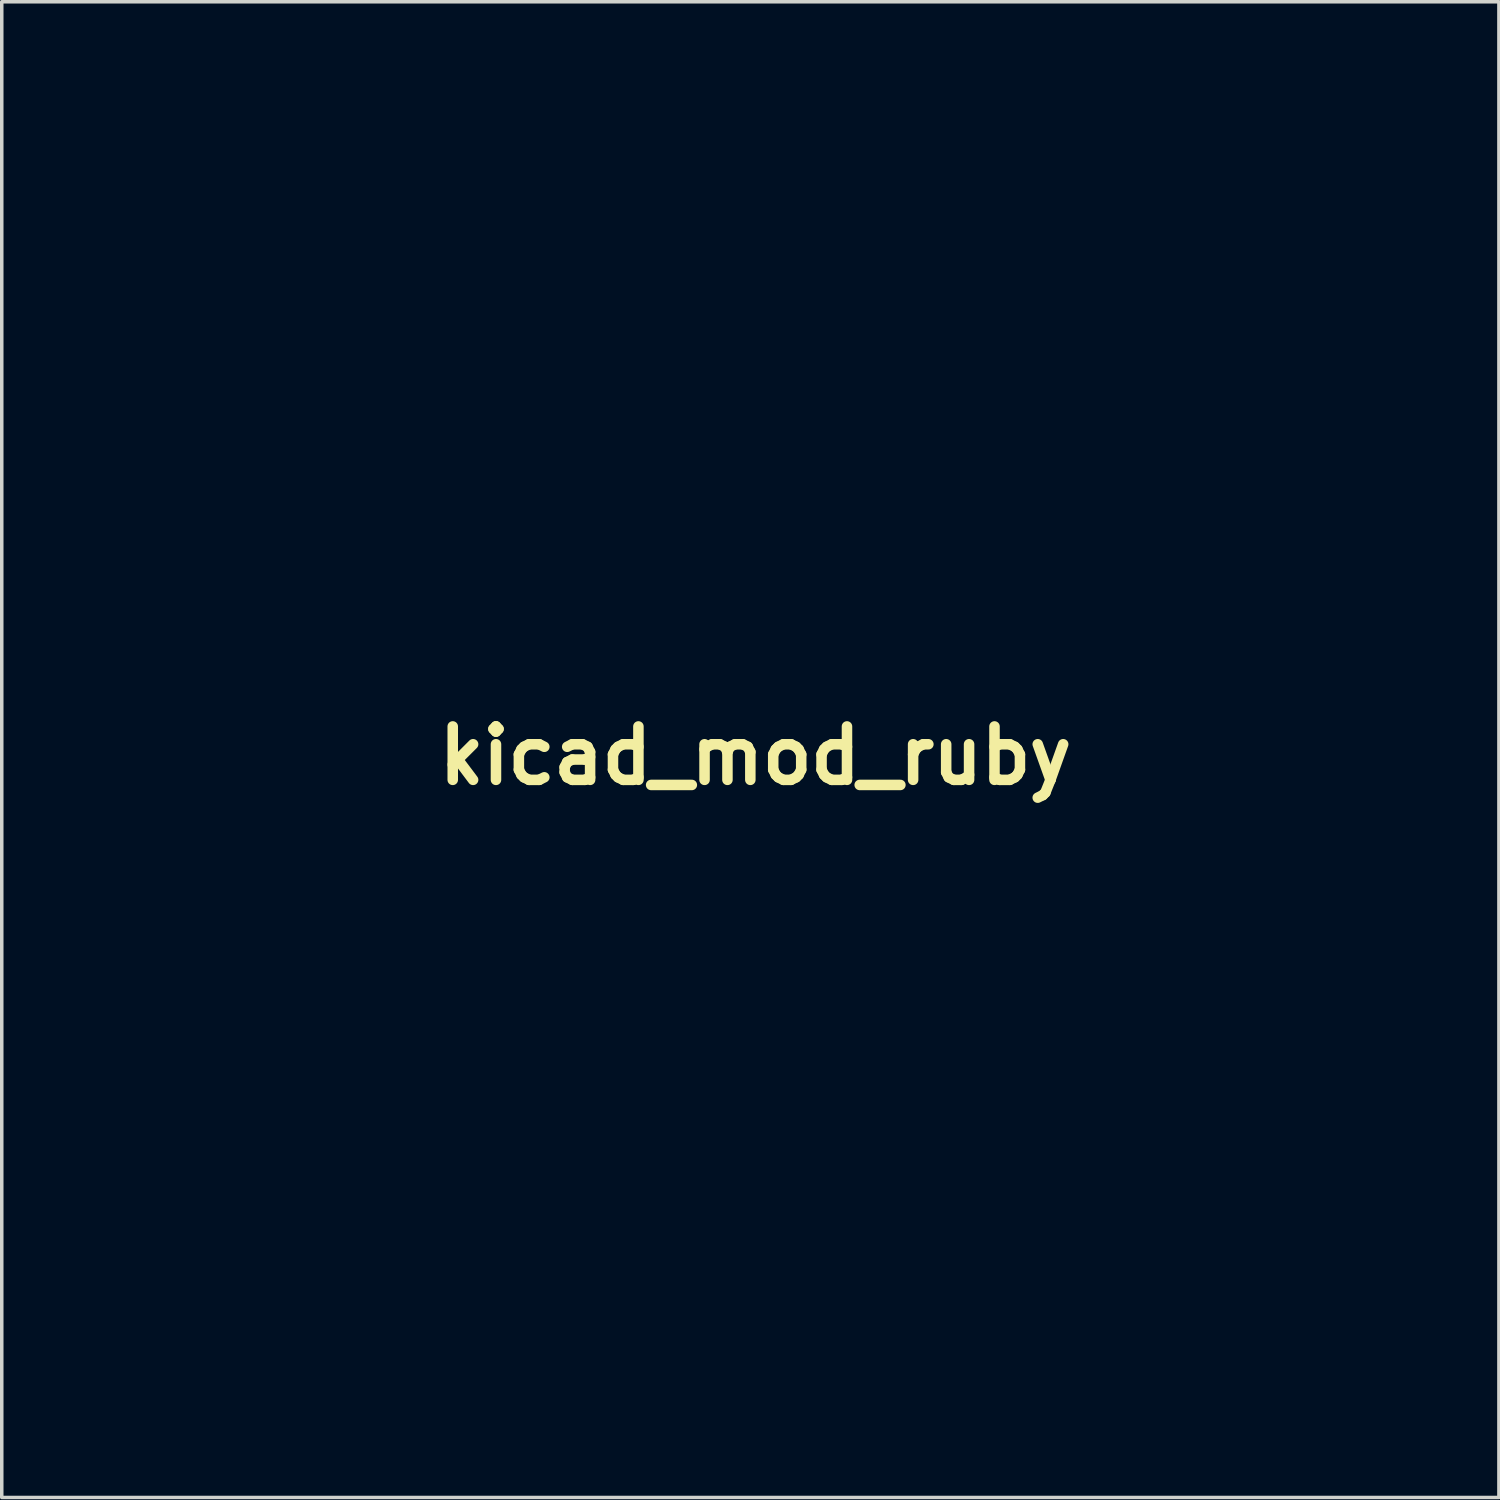
<source format=kicad_pcb>
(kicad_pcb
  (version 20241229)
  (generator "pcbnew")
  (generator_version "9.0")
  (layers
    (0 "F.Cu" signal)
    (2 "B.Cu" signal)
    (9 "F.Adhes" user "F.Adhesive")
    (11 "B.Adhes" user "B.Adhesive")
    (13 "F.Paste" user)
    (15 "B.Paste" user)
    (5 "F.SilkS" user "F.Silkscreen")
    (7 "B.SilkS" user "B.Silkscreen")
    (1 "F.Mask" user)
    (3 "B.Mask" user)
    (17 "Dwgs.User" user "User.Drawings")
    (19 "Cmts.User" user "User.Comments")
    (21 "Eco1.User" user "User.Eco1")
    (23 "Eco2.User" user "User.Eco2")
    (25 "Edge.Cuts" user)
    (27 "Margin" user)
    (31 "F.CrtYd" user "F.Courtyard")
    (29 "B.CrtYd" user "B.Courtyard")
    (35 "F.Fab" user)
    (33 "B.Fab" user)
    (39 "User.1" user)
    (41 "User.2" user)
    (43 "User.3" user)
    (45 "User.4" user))
  (footprint "kicad_mod_ruby"
    (layer "F.Cu")
    (at 18.504 18.512)
    (property "Reference" "kicad_mod_ruby" (at 0 0 0) (layer "F.SilkS") (effects (font (size 1.524 1.524) (thickness 0.3))))
    (attr through_hole)
    (fp_poly (pts (xy 7.945 -18.258) (xy 10.074 -18.152) (xy 11.749 -18.03) (xy 13.047 -17.871) (xy 14.051 -17.651) (xy 14.838 -17.348) (xy 15.489 -16.939) (xy 16.083 -16.402) (xy 16.639 -15.786) (xy 17.461 -14.589) (xy 17.963 -13.236) (xy 18.187 -11.588) (xy 18.209 -10.755) (xy 18.19 -10.129) (xy 18.135 -9.075) (xy 18.049 -7.653) (xy 17.935 -5.926) (xy 17.8 -3.956) (xy 17.647 -1.804) (xy 17.482 0.469) (xy 17.308 2.8) (xy 17.131 5.129) (xy 16.955 7.393) (xy 16.785 9.53) (xy 16.626 11.479) (xy 16.482 13.179) (xy 16.358 14.568) (xy 16.259 15.583) (xy 16.189 16.164) (xy 16.162 16.278) (xy 15.877 16.323) (xy 15.12 16.398) (xy 13.952 16.498) (xy 12.436 16.619) (xy 10.633 16.757) (xy 8.604 16.908) (xy 6.412 17.067) (xy 4.117 17.229) (xy 1.783 17.391) (xy -0.531 17.549) (xy -2.761 17.697) (xy -4.847 17.832) (xy -6.726 17.95) (xy -8.338 18.045) (xy -9.619 18.115) (xy -10.51 18.154) (xy -10.828 18.161) (xy -12.039 18.067) (xy -13.321 17.827) (xy -13.903 17.659) (xy -15.378 16.927) (xy -16.355 16.053) (xy -16.916 15.381) (xy -17.358 14.719) (xy -17.695 13.993) (xy -17.944 13.125) (xy -18.121 12.04) (xy -18.199 11.143) (xy -16.843 11.143) (xy -16.628 12.635) (xy -16.05 14.045) (xy -15.575 14.735) (xy -14.776 15.456) (xy -13.755 16.074) (xy -12.725 16.478) (xy -12.128 16.571) (xy -11.93 16.542) (xy -11.836 16.406) (xy -11.867 16.093) (xy -11.893 16.013) (xy -9.091 16.013) (xy -8.854 16.26) (xy -8.157 16.268) (xy -7.792 16.195) (xy -2.406 16.195) (xy -2.17 16.231) (xy -1.575 16.198) (xy -1.27 16.167) (xy -0.671 16.11) (xy 0.365 16.027) (xy 1.744 15.923) (xy 3.371 15.807) (xy 5.148 15.685) (xy 5.867 15.637) (xy 7.659 15.521) (xy 9.322 15.418) (xy 10.762 15.334) (xy 11.89 15.274) (xy 12.613 15.243) (xy 12.774 15.24) (xy 13.353 15.185) (xy 13.595 15.052) (xy 13.591 15.025) (xy 13.367 14.776) (xy 12.819 14.25) (xy 12.027 13.522) (xy 11.07 12.667) (xy 10.962 12.572) (xy 9.934 11.665) (xy 9.001 10.842) (xy 8.263 10.191) (xy 7.823 9.801) (xy 7.817 9.796) (xy 7.213 9.259) (xy 6.347 10.078) (xy 5.11 11.155) (xy 3.58 12.344) (xy 1.941 13.515) (xy 0.375 14.535) (xy -0.466 15.025) (xy -1.355 15.525) (xy -2.03 15.927) (xy -2.381 16.164) (xy -2.406 16.195) (xy -7.792 16.195) (xy -7.015 16.039) (xy -5.977 15.744) (xy -3.689 14.878) (xy -1.255 13.678) (xy 1.157 12.24) (xy 3.377 10.662) (xy 4.542 9.692) (xy 5.742 8.623) (xy 4.658 8.275) (xy 8.597 8.275) (xy 8.836 8.601) (xy 9.376 9.161) (xy 10.137 9.887) (xy 11.039 10.71) (xy 12.004 11.558) (xy 12.95 12.365) (xy 13.8 13.059) (xy 14.472 13.572) (xy 14.888 13.835) (xy 14.983 13.836) (xy 15.023 13.444) (xy 15.093 12.619) (xy 15.187 11.44) (xy 15.299 9.987) (xy 15.424 8.339) (xy 15.555 6.575) (xy 15.688 4.775) (xy 15.815 3.018) (xy 15.932 1.383) (xy 16.032 -0.05) (xy 16.109 -1.201) (xy 16.158 -1.992) (xy 16.173 -2.343) (xy 16.172 -2.353) (xy 16.02 -2.179) (xy 15.68 -1.643) (xy 15.221 -0.855) (xy 15.136 -0.705) (xy 14.259 0.733) (xy 13.137 2.381) (xy 11.897 4.067) (xy 10.666 5.616) (xy 9.697 6.722) (xy 9.099 7.415) (xy 8.703 7.978) (xy 8.597 8.275) (xy 4.658 8.275) (xy 0.228 6.851) (xy -1.406 6.33) (xy -2.874 5.87) (xy -4.097 5.494) (xy -4.998 5.227) (xy -5.499 5.092) (xy -5.567 5.08) (xy -5.763 5.319) (xy -6.051 5.959) (xy -6.384 6.885) (xy -6.552 7.419) (xy -6.94 8.706) (xy -7.414 10.265) (xy -7.902 11.858) (xy -8.172 12.737) (xy -8.535 13.938) (xy -8.83 14.961) (xy -9.026 15.693) (xy -9.091 16.013) (xy -11.893 16.013) (xy -12.042 15.535) (xy -12.38 14.663) (xy -12.9 13.409) (xy -13.285 12.499) (xy -13.875 11.123) (xy -14.405 9.918) (xy -14.835 8.972) (xy -15.126 8.372) (xy -15.225 8.204) (xy -15.469 8.262) (xy -15.823 8.685) (xy -16.211 9.335) (xy -16.559 10.075) (xy -16.79 10.768) (xy -16.843 11.143) (xy -18.199 11.143) (xy -18.241 10.66) (xy -18.321 8.909) (xy -18.377 6.71) (xy -18.384 6.356) (xy -18.393 5.882) (xy -16.823 5.882) (xy -16.816 6.709) (xy -16.772 7.066) (xy -16.656 7.018) (xy -16.432 6.632) (xy -16.424 6.617) (xy -16.398 6.556) (xy -14.124 6.556) (xy -14.052 6.815) (xy -13.8 7.482) (xy -13.399 8.477) (xy -12.883 9.718) (xy -12.415 10.82) (xy -11.817 12.176) (xy -11.279 13.324) (xy -10.839 14.188) (xy -10.536 14.693) (xy -10.415 14.788) (xy -10.277 14.473) (xy -10.017 13.73) (xy -9.663 12.646) (xy -9.244 11.307) (xy -8.829 9.934) (xy -8.394 8.448) (xy -8.029 7.146) (xy -7.755 6.111) (xy -7.594 5.427) (xy -7.566 5.179) (xy -7.845 5.195) (xy -8.522 5.307) (xy -9.475 5.488) (xy -10.579 5.711) (xy -11.712 5.953) (xy -12.75 6.185) (xy -13.572 6.384) (xy -14.053 6.522) (xy -14.124 6.556) (xy -16.398 6.556) (xy -16.173 6.024) (xy -16.236 5.53) (xy -16.424 5.147) (xy -16.651 4.752) (xy -16.77 4.695) (xy -16.816 5.04) (xy -16.823 5.853) (xy -16.823 5.882) (xy -18.393 5.882) (xy -18.499 0.296) (xy -16.821 0.296) (xy -15.845 2.688) (xy -15.399 3.711) (xy -14.997 4.514) (xy -14.695 4.99) (xy -14.586 5.073) (xy -14.237 5.014) (xy -13.467 4.856) (xy -12.376 4.622) (xy -11.067 4.332) (xy -10.5 4.204) (xy -8.135 3.668) (xy -4.941 3.668) (xy 0.403 5.416) (xy 2.253 6.02) (xy 3.655 6.476) (xy 4.673 6.801) (xy 5.368 7.013) (xy 5.801 7.131) (xy 6.035 7.171) (xy 6.13 7.153) (xy 6.149 7.093) (xy 6.149 7.081) (xy 6.087 6.792) (xy 5.914 6.062) (xy 5.648 4.97) (xy 5.309 3.594) (xy 4.916 2.012) (xy 4.78 1.468) (xy 3.41 -4.007) (xy 1.638 -2.414) (xy 0.688 -1.553) (xy -0.482 -0.48) (xy -1.706 0.649) (xy -2.538 1.423) (xy -4.941 3.668) (xy -8.135 3.668) (xy -6.695 3.342) (xy -1.757 -1.272) (xy 1.867 -4.658) (xy 4.839 -4.658) (xy 4.876 -4.39) (xy 5.025 -3.697) (xy 5.263 -2.67) (xy 5.568 -1.401) (xy 5.916 0.021) (xy 6.285 1.503) (xy 6.653 2.955) (xy 6.995 4.287) (xy 7.291 5.406) (xy 7.517 6.223) (xy 7.65 6.646) (xy 7.672 6.684) (xy 7.855 6.493) (xy 8.308 5.975) (xy 8.958 5.214) (xy 9.579 4.478) (xy 10.615 3.18) (xy 11.652 1.769) (xy 12.645 0.317) (xy 13.554 -1.106) (xy 14.333 -2.429) (xy 14.942 -3.58) (xy 15.337 -4.488) (xy 15.476 -5.082) (xy 15.424 -5.253) (xy 15.123 -5.284) (xy 14.39 -5.281) (xy 13.324 -5.25) (xy 12.026 -5.195) (xy 10.595 -5.123) (xy 9.133 -5.039) (xy 7.739 -4.948) (xy 6.515 -4.857) (xy 5.559 -4.772) (xy 4.973 -4.697) (xy 4.839 -4.658) (xy 1.867 -4.658) (xy 3.182 -5.886) (xy 3.358 -6.443) (xy 4.867 -6.443) (xy 4.879 -6.229) (xy 5.204 -6.161) (xy 5.943 -6.221) (xy 6.039 -6.232) (xy 6.815 -6.309) (xy 7.973 -6.399) (xy 9.358 -6.491) (xy 10.818 -6.574) (xy 10.895 -6.578) (xy 12.201 -6.659) (xy 13.29 -6.752) (xy 14.064 -6.849) (xy 14.424 -6.937) (xy 14.438 -6.955) (xy 14.244 -7.168) (xy 13.715 -7.649) (xy 12.933 -8.329) (xy 11.981 -9.141) (xy 10.938 -10.016) (xy 9.888 -10.886) (xy 8.911 -11.683) (xy 8.088 -12.34) (xy 7.503 -12.786) (xy 7.298 -12.926) (xy 7.09 -12.825) (xy 6.805 -12.295) (xy 6.429 -11.305) (xy 5.993 -9.968) (xy 5.602 -8.723) (xy 5.261 -7.646) (xy 5.004 -6.85) (xy 4.869 -6.448) (xy 4.867 -6.443) (xy 3.358 -6.443) (xy 4.398 -9.731) (xy 4.825 -11.103) (xy 5.186 -12.312) (xy 5.453 -13.259) (xy 5.597 -13.843) (xy 5.615 -13.963) (xy 5.407 -14.285) (xy 5.304 -14.381) (xy 8.092 -14.381) (xy 8.322 -14.124) (xy 8.889 -13.611) (xy 9.714 -12.903) (xy 10.718 -12.066) (xy 11.823 -11.162) (xy 12.949 -10.257) (xy 14.018 -9.412) (xy 14.951 -8.693) (xy 15.669 -8.162) (xy 16.093 -7.883) (xy 16.168 -7.857) (xy 16.384 -8.139) (xy 16.603 -8.755) (xy 16.656 -8.976) (xy 16.798 -10.382) (xy 16.696 -11.926) (xy 16.377 -13.363) (xy 16.087 -14.082) (xy 15.373 -15.119) (xy 14.372 -15.89) (xy 13.143 -16.433) (xy 12.644 -16.585) (xy 12.211 -16.61) (xy 11.704 -16.474) (xy 10.986 -16.142) (xy 10.097 -15.675) (xy 9.181 -15.163) (xy 8.488 -14.73) (xy 8.123 -14.443) (xy 8.092 -14.381) (xy 5.304 -14.381) (xy 4.856 -14.8) (xy 4.067 -15.41) (xy 3.81 -15.591) (xy 2.181 -16.711) (xy 4.679 -16.711) (xy 5.615 -16.113) (xy 6.212 -15.742) (xy 6.582 -15.53) (xy 6.628 -15.512) (xy 6.887 -15.624) (xy 7.459 -15.913) (xy 7.831 -16.109) (xy 8.957 -16.711) (xy 7.813 -16.793) (xy 6.802 -16.827) (xy 5.806 -16.803) (xy 5.675 -16.793) (xy 4.679 -16.711) (xy 2.181 -16.711) (xy 2.005 -16.831) (xy -1.604 -15.489) (xy -5.214 -14.147) (xy -8.689 -10.894) (xy -9.965 -9.691) (xy -10.941 -8.731) (xy -11.71 -7.895) (xy -12.369 -7.067) (xy -13.011 -6.129) (xy -13.73 -4.963) (xy -14.493 -3.673) (xy -16.821 0.296) (xy -18.499 0.296) (xy -18.499 0.279) (xy -16.001 -4.027) (xy -15.123 -5.53) (xy -14.417 -6.695) (xy -13.795 -7.63) (xy -13.17 -8.445) (xy -12.456 -9.248) (xy -11.566 -10.148) (xy -10.414 -11.254) (xy -9.759 -11.874) (xy -6.016 -15.415) (xy 2.389 -18.507) (xy 7.945 -18.258)) (stroke (width 0.01) (type solid)) (fill no) (layer "Eco1.User")))
  (gr_rect
    (start -3 -3)
    (end 39.718 39.677)
    (stroke (width 0.1) (type default))
    (fill no)
    (layer "Edge.Cuts")))
</source>
